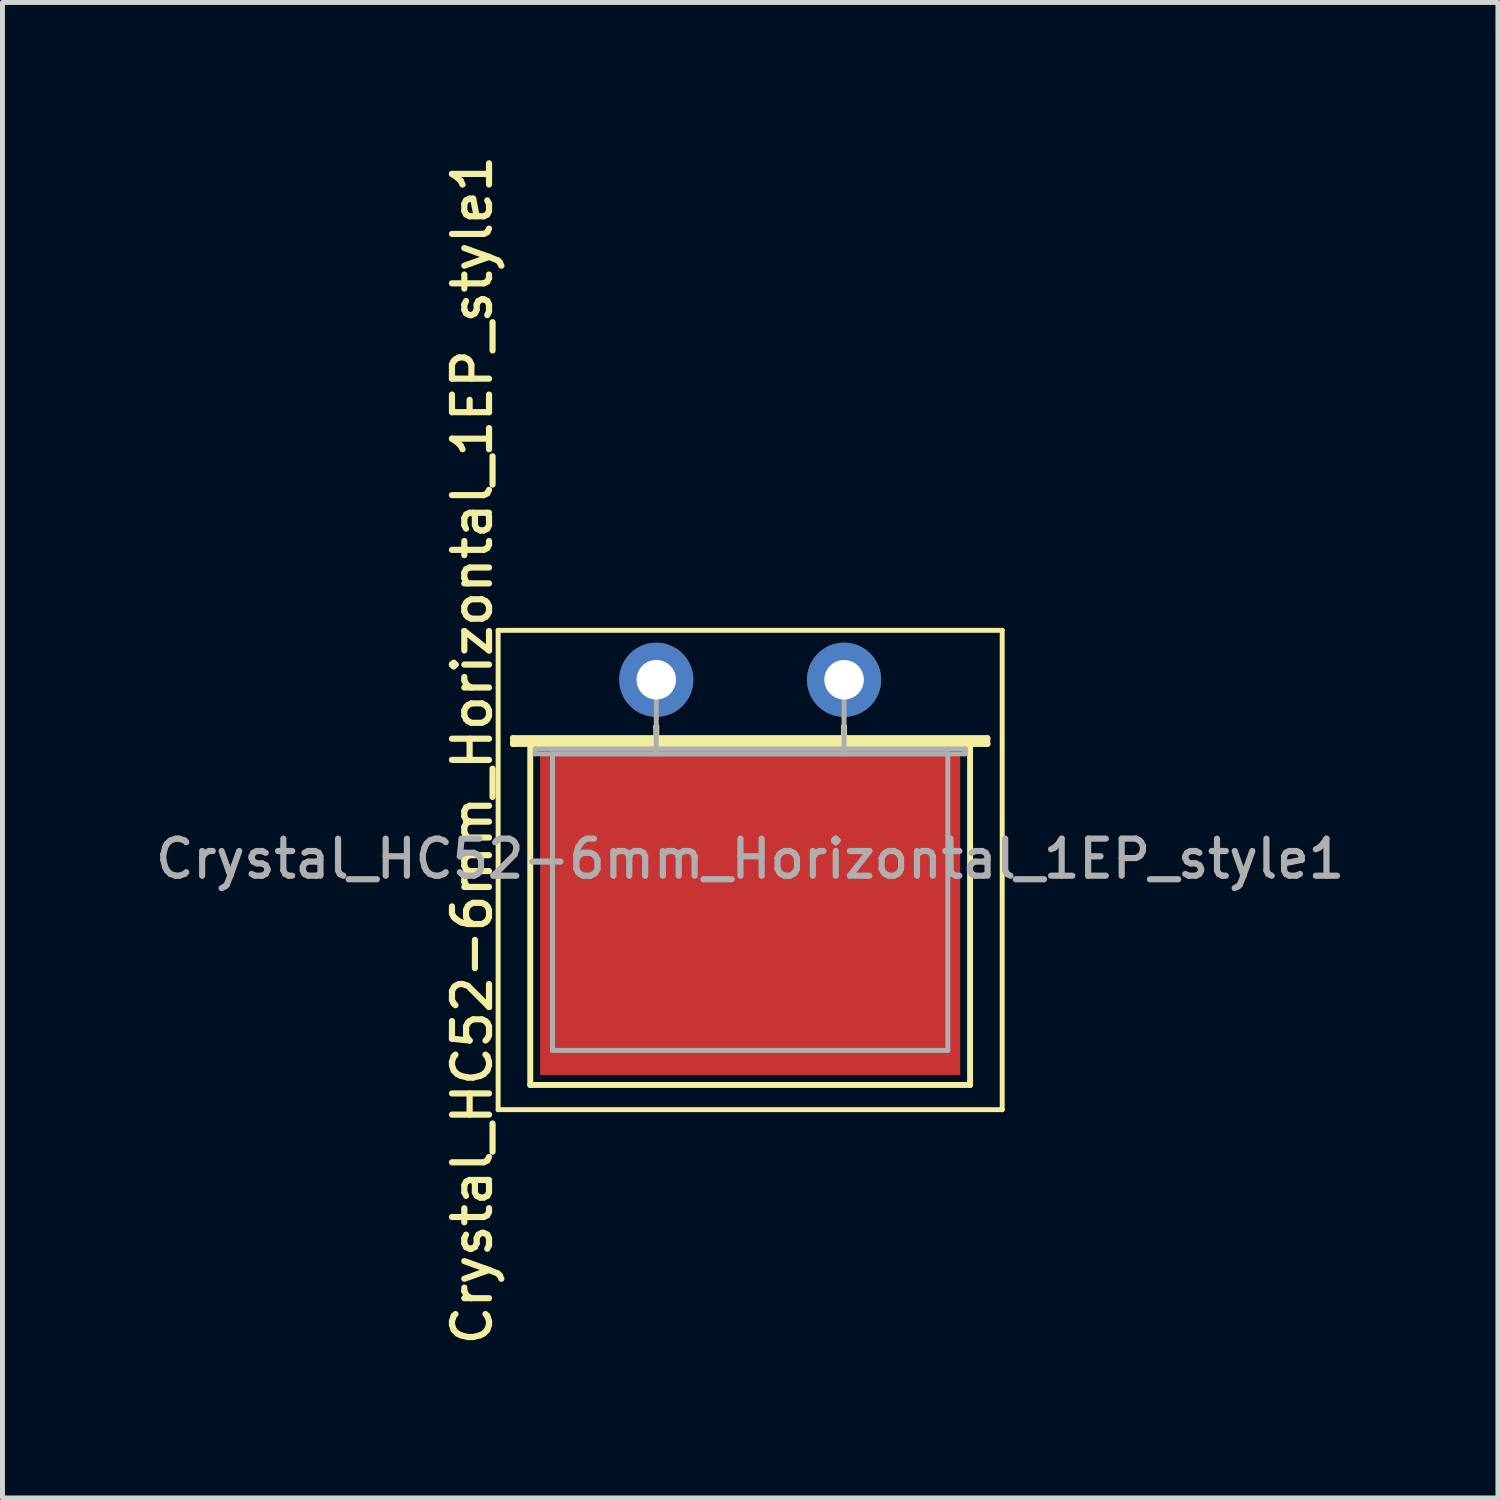
<source format=kicad_pcb>
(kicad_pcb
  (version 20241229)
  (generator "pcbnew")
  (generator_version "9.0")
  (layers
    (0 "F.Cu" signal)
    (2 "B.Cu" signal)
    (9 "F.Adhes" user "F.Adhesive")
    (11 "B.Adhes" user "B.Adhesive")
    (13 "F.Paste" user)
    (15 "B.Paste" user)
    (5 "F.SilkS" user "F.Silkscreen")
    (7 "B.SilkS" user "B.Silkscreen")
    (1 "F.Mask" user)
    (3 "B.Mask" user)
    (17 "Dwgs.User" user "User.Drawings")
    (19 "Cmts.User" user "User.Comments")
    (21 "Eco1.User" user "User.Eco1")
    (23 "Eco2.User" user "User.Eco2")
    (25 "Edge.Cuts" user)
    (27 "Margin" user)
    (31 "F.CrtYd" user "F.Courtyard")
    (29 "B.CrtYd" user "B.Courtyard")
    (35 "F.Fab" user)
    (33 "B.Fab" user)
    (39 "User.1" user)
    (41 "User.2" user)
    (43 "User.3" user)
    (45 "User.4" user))
  (footprint "Crystal_HC52-6mm_Horizontal_1EP_style1"
    (layer "F.Cu")
    (at 10.23 10.705)
    (property "Reference" "Crystal_HC52-6mm_Horizontal_1EP_style1" (at -3.725 1.425 90) (layer "F.SilkS") (effects (font (size 0.75 0.75) (thickness 0.125))))
    (attr through_hole)
    (fp_line (start -3.2 -1) (end -3.2 8.7) (stroke (width 0.1) (type solid)) (layer "F.SilkS"))
    (fp_line (start -3.2 8.7) (end 7 8.7) (stroke (width 0.1) (type solid)) (layer "F.SilkS"))
    (fp_line (start -2.9 1.18) (end 6.7 1.18) (stroke (width 0.12) (type solid)) (layer "F.SilkS"))
    (fp_line (start -2.9 1.3) (end -2.9 1.18) (stroke (width 0.12) (type solid)) (layer "F.SilkS"))
    (fp_line (start -2.55 1.3) (end -2.55 8.2) (stroke (width 0.12) (type solid)) (layer "F.SilkS"))
    (fp_line (start -2.55 8.2) (end 6.35 8.2) (stroke (width 0.12) (type solid)) (layer "F.SilkS"))
    (fp_line (start 0 0.95) (end 0 0.95) (stroke (width 0.12) (type solid)) (layer "F.SilkS"))
    (fp_line (start 0 1.3) (end 0 0.95) (stroke (width 0.12) (type solid)) (layer "F.SilkS"))
    (fp_line (start 3.8 0.95) (end 3.8 0.95) (stroke (width 0.12) (type solid)) (layer "F.SilkS"))
    (fp_line (start 3.8 1.3) (end 3.8 0.95) (stroke (width 0.12) (type solid)) (layer "F.SilkS"))
    (fp_line (start 6.35 1.3) (end -2.55 1.3) (stroke (width 0.12) (type solid)) (layer "F.SilkS"))
    (fp_line (start 6.35 8.2) (end 6.35 1.3) (stroke (width 0.12) (type solid)) (layer "F.SilkS"))
    (fp_line (start 6.7 1.18) (end 6.7 1.3) (stroke (width 0.12) (type solid)) (layer "F.SilkS"))
    (fp_line (start 6.7 1.3) (end -2.9 1.3) (stroke (width 0.12) (type solid)) (layer "F.SilkS"))
    (fp_line (start 7 -1) (end -3.2 -1) (stroke (width 0.1) (type solid)) (layer "F.SilkS"))
    (fp_line (start 7 8.7) (end 7 -1) (stroke (width 0.1) (type solid)) (layer "F.SilkS"))
    (fp_line (start -2.45 1.4) (end 6.25 1.4) (stroke (width 0.1) (type solid)) (layer "F.Fab"))
    (fp_line (start -2.45 1.5) (end -2.45 1.4) (stroke (width 0.1) (type solid)) (layer "F.Fab"))
    (fp_line (start -2.1 1.5) (end -2.1 7.5) (stroke (width 0.1) (type solid)) (layer "F.Fab"))
    (fp_line (start -2.1 7.5) (end 5.9 7.5) (stroke (width 0.1) (type solid)) (layer "F.Fab"))
    (fp_line (start 0 0.75) (end 0 0) (stroke (width 0.1) (type solid)) (layer "F.Fab"))
    (fp_line (start 0 1.5) (end 0 0.75) (stroke (width 0.1) (type solid)) (layer "F.Fab"))
    (fp_line (start 3.8 0.75) (end 3.8 0) (stroke (width 0.1) (type solid)) (layer "F.Fab"))
    (fp_line (start 3.8 1.5) (end 3.8 0.75) (stroke (width 0.1) (type solid)) (layer "F.Fab"))
    (fp_line (start 5.9 1.5) (end -2.1 1.5) (stroke (width 0.1) (type solid)) (layer "F.Fab"))
    (fp_line (start 5.9 7.5) (end 5.9 1.5) (stroke (width 0.1) (type solid)) (layer "F.Fab"))
    (fp_line (start 6.25 1.4) (end 6.25 1.5) (stroke (width 0.1) (type solid)) (layer "F.Fab"))
    (fp_line (start 6.25 1.5) (end -2.45 1.5) (stroke (width 0.1) (type solid)) (layer "F.Fab"))
    (fp_text user "${REFERENCE}" (at 1.9 3.625 0) (layer "F.Fab") (effects (font (size 0.75 0.75) (thickness 0.125))))
    (pad "1" thru_hole circle (at 0 0) (size 1.5 1.5) (drill 0.8) (layers "*.Cu" "*.Mask"))
    (pad "2" thru_hole circle (at 3.8 0) (size 1.5 1.5) (drill 0.8) (layers "*.Cu" "*.Mask"))
    (pad "3" smd rect (at 1.9 4.75) (size 8.5 6.5) (layers "F.Cu" "F.Mask" "F.Paste")))
  (gr_rect
    (start -3 -3)
    (end 27.261 27.261)
    (stroke (width 0.1) (type default))
    (fill no)
    (layer "Edge.Cuts")))
</source>
